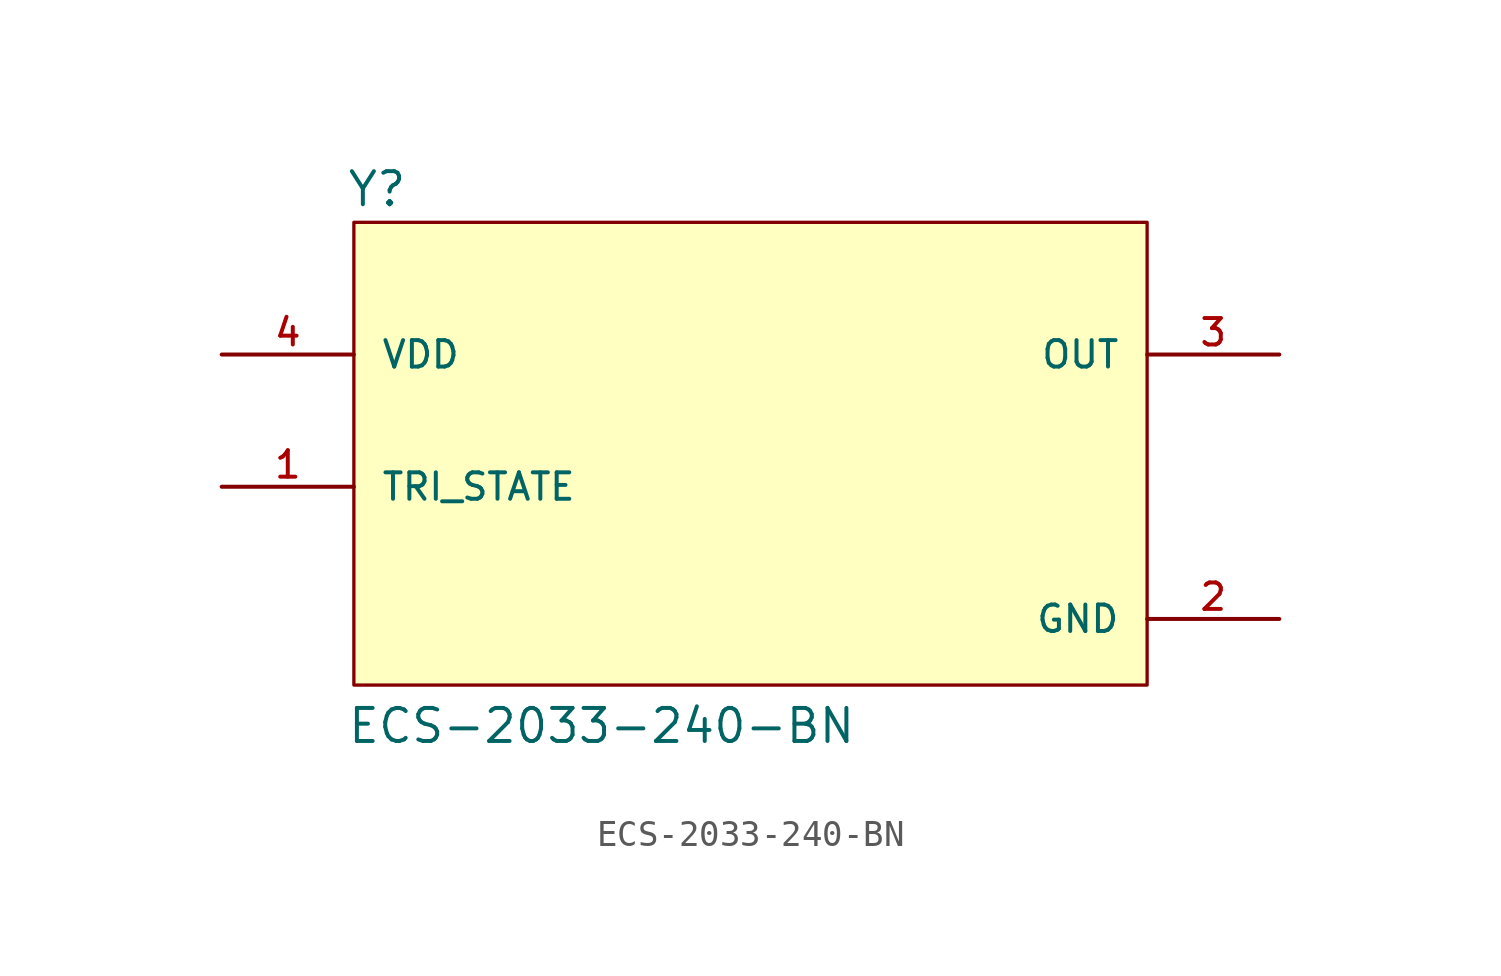
<source format=kicad_sym>
(kicad_symbol_lib
  (version 20211014)
  (generator kicad_symbol_editor)
  (symbol "ECS-2033-240-BN"
    (pin_names
      (offset 1.016))
    (property "Reference" "Y"
      (at -15.539 8.152 0)
      (effects (font (size 1.27 1.27)) (justify bottom left)))
    (property "Value" "ECS-2033-240-BN"
      (at -15.526 -12.472 0)
      (effects (font (size 1.27 1.27)) (justify bottom left)))
    (symbol "ECS-2033-240-BN_0_0"
      (rectangle (start -15.24 -10.16) (end 15.24 7.62) (stroke (width 0.127)) (fill (type background)))
      (pin input line (at -20.32 -2.54 0) (length 5.08) (name "TRI_STATE" (effects (font (size 1.016 1.016)))) (number "1" (effects (font (size 1.016 1.016)))))
      (pin output line (at 20.32 2.54 180.0) (length 5.08) (name "OUT" (effects (font (size 1.016 1.016)))) (number "3" (effects (font (size 1.016 1.016)))))
      (pin input line (at -20.32 2.54 0) (length 5.08) (name "VDD" (effects (font (size 1.016 1.016)))) (number "4" (effects (font (size 1.016 1.016)))))
      (pin power_in line (at 20.32 -7.62 180.0) (length 5.08) (name "GND" (effects (font (size 1.016 1.016)))) (number "2" (effects (font (size 1.016 1.016))))))))
</source>
